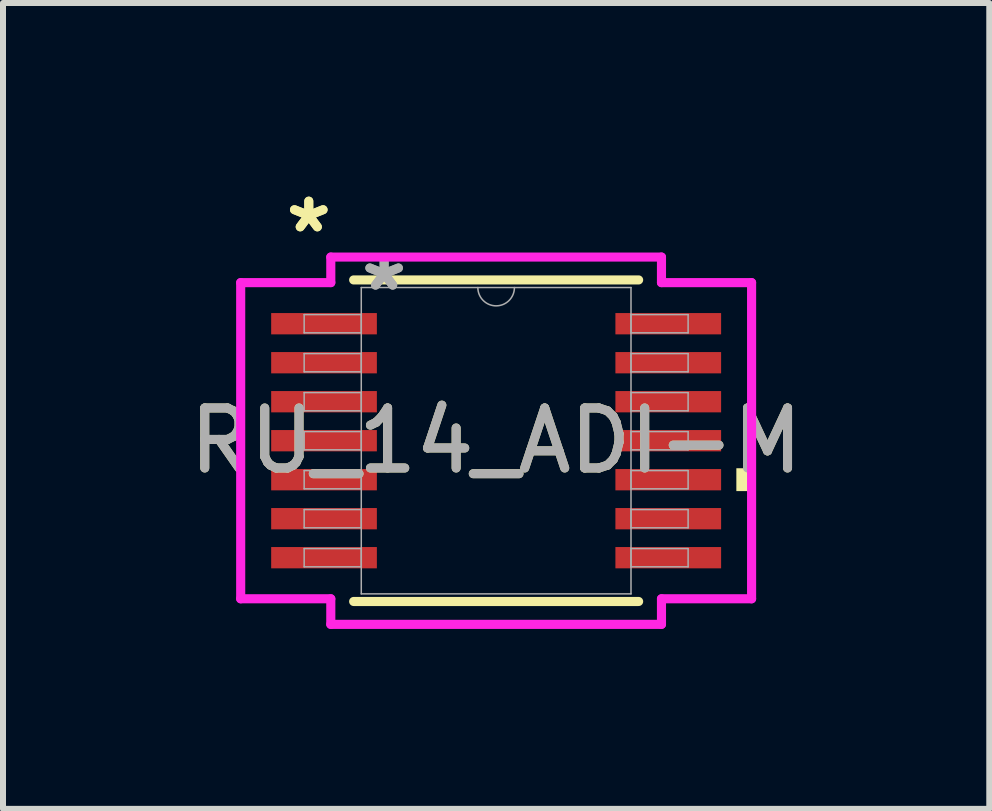
<source format=kicad_pcb>
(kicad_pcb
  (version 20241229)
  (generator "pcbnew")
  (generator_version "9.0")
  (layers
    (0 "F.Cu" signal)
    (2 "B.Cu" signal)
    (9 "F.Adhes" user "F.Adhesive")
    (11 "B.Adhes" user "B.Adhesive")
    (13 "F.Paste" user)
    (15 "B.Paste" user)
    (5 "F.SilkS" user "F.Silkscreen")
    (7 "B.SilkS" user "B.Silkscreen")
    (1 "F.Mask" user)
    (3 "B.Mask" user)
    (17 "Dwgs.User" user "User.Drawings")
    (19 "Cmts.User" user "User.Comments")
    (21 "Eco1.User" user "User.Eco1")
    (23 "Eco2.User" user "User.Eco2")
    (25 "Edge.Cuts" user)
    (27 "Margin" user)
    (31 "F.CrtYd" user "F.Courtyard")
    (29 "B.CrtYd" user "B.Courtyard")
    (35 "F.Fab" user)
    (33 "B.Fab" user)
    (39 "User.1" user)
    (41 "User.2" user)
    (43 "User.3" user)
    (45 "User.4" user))
  (footprint "RU_14_ADI-M"
    (layer "F.Cu")
    (at 5.22 4.296)
    (property "Reference" "RU_14_ADI-M" (at 0 0 0) (unlocked yes) (layer "F.SilkS") (effects (font (size 1 1) (thickness 0.15))))
    (attr smd)
    (fp_line (start -2.375 2.68) (end 2.375 2.68) (stroke (width 0.152) (type solid)) (layer "F.SilkS"))
    (fp_line (start 2.375 -2.68) (end -2.375 -2.68) (stroke (width 0.152) (type solid)) (layer "F.SilkS"))
    (fp_poly (pts (xy 4.258 0.459) (xy 4.258 0.84) (xy 4.004 0.84) (xy 4.004 0.459)) (stroke (width 0) (type solid)) (fill yes) (layer "F.SilkS"))
    (fp_line (start -4.258 -2.635) (end -2.756 -2.635) (stroke (width 0.152) (type solid)) (layer "F.CrtYd"))
    (fp_line (start -4.258 2.635) (end -4.258 -2.635) (stroke (width 0.152) (type solid)) (layer "F.CrtYd"))
    (fp_line (start -4.258 2.635) (end -2.756 2.635) (stroke (width 0.152) (type solid)) (layer "F.CrtYd"))
    (fp_line (start -2.756 -3.061) (end 2.756 -3.061) (stroke (width 0.152) (type solid)) (layer "F.CrtYd"))
    (fp_line (start -2.756 -2.635) (end -2.756 -3.061) (stroke (width 0.152) (type solid)) (layer "F.CrtYd"))
    (fp_line (start -2.756 3.061) (end -2.756 2.635) (stroke (width 0.152) (type solid)) (layer "F.CrtYd"))
    (fp_line (start 2.756 -3.061) (end 2.756 -2.635) (stroke (width 0.152) (type solid)) (layer "F.CrtYd"))
    (fp_line (start 2.756 2.635) (end 2.756 3.061) (stroke (width 0.152) (type solid)) (layer "F.CrtYd"))
    (fp_line (start 2.756 3.061) (end -2.756 3.061) (stroke (width 0.152) (type solid)) (layer "F.CrtYd"))
    (fp_line (start 4.258 -2.635) (end 2.756 -2.635) (stroke (width 0.152) (type solid)) (layer "F.CrtYd"))
    (fp_line (start 4.258 -2.635) (end 4.258 2.635) (stroke (width 0.152) (type solid)) (layer "F.CrtYd"))
    (fp_line (start 4.258 2.635) (end 2.756 2.635) (stroke (width 0.152) (type solid)) (layer "F.CrtYd"))
    (fp_line (start -3.2 -2.102) (end -3.2 -1.798) (stroke (width 0.025) (type solid)) (layer "F.Fab"))
    (fp_line (start -3.2 -1.798) (end -2.248 -1.798) (stroke (width 0.025) (type solid)) (layer "F.Fab"))
    (fp_line (start -3.2 -1.452) (end -3.2 -1.148) (stroke (width 0.025) (type solid)) (layer "F.Fab"))
    (fp_line (start -3.2 -1.148) (end -2.248 -1.148) (stroke (width 0.025) (type solid)) (layer "F.Fab"))
    (fp_line (start -3.2 -0.802) (end -3.2 -0.498) (stroke (width 0.025) (type solid)) (layer "F.Fab"))
    (fp_line (start -3.2 -0.498) (end -2.248 -0.498) (stroke (width 0.025) (type solid)) (layer "F.Fab"))
    (fp_line (start -3.2 -0.152) (end -3.2 0.152) (stroke (width 0.025) (type solid)) (layer "F.Fab"))
    (fp_line (start -3.2 0.152) (end -2.248 0.152) (stroke (width 0.025) (type solid)) (layer "F.Fab"))
    (fp_line (start -3.2 0.498) (end -3.2 0.802) (stroke (width 0.025) (type solid)) (layer "F.Fab"))
    (fp_line (start -3.2 0.802) (end -2.248 0.802) (stroke (width 0.025) (type solid)) (layer "F.Fab"))
    (fp_line (start -3.2 1.148) (end -3.2 1.452) (stroke (width 0.025) (type solid)) (layer "F.Fab"))
    (fp_line (start -3.2 1.452) (end -2.248 1.452) (stroke (width 0.025) (type solid)) (layer "F.Fab"))
    (fp_line (start -3.2 1.798) (end -3.2 2.102) (stroke (width 0.025) (type solid)) (layer "F.Fab"))
    (fp_line (start -3.2 2.102) (end -2.248 2.102) (stroke (width 0.025) (type solid)) (layer "F.Fab"))
    (fp_line (start -2.248 -2.553) (end -2.248 2.553) (stroke (width 0.025) (type solid)) (layer "F.Fab"))
    (fp_line (start -2.248 -2.102) (end -3.2 -2.102) (stroke (width 0.025) (type solid)) (layer "F.Fab"))
    (fp_line (start -2.248 -1.798) (end -2.248 -2.102) (stroke (width 0.025) (type solid)) (layer "F.Fab"))
    (fp_line (start -2.248 -1.452) (end -3.2 -1.452) (stroke (width 0.025) (type solid)) (layer "F.Fab"))
    (fp_line (start -2.248 -1.148) (end -2.248 -1.452) (stroke (width 0.025) (type solid)) (layer "F.Fab"))
    (fp_line (start -2.248 -0.802) (end -3.2 -0.802) (stroke (width 0.025) (type solid)) (layer "F.Fab"))
    (fp_line (start -2.248 -0.498) (end -2.248 -0.802) (stroke (width 0.025) (type solid)) (layer "F.Fab"))
    (fp_line (start -2.248 -0.152) (end -3.2 -0.152) (stroke (width 0.025) (type solid)) (layer "F.Fab"))
    (fp_line (start -2.248 0.152) (end -2.248 -0.152) (stroke (width 0.025) (type solid)) (layer "F.Fab"))
    (fp_line (start -2.248 0.498) (end -3.2 0.498) (stroke (width 0.025) (type solid)) (layer "F.Fab"))
    (fp_line (start -2.248 0.802) (end -2.248 0.498) (stroke (width 0.025) (type solid)) (layer "F.Fab"))
    (fp_line (start -2.248 1.148) (end -3.2 1.148) (stroke (width 0.025) (type solid)) (layer "F.Fab"))
    (fp_line (start -2.248 1.452) (end -2.248 1.148) (stroke (width 0.025) (type solid)) (layer "F.Fab"))
    (fp_line (start -2.248 1.798) (end -3.2 1.798) (stroke (width 0.025) (type solid)) (layer "F.Fab"))
    (fp_line (start -2.248 2.102) (end -2.248 1.798) (stroke (width 0.025) (type solid)) (layer "F.Fab"))
    (fp_line (start -2.248 2.553) (end 2.248 2.553) (stroke (width 0.025) (type solid)) (layer "F.Fab"))
    (fp_line (start 2.248 -2.553) (end -2.248 -2.553) (stroke (width 0.025) (type solid)) (layer "F.Fab"))
    (fp_line (start 2.248 -2.102) (end 2.248 -1.798) (stroke (width 0.025) (type solid)) (layer "F.Fab"))
    (fp_line (start 2.248 -1.798) (end 3.2 -1.798) (stroke (width 0.025) (type solid)) (layer "F.Fab"))
    (fp_line (start 2.248 -1.452) (end 2.248 -1.148) (stroke (width 0.025) (type solid)) (layer "F.Fab"))
    (fp_line (start 2.248 -1.148) (end 3.2 -1.148) (stroke (width 0.025) (type solid)) (layer "F.Fab"))
    (fp_line (start 2.248 -0.802) (end 2.248 -0.498) (stroke (width 0.025) (type solid)) (layer "F.Fab"))
    (fp_line (start 2.248 -0.498) (end 3.2 -0.498) (stroke (width 0.025) (type solid)) (layer "F.Fab"))
    (fp_line (start 2.248 -0.152) (end 2.248 0.152) (stroke (width 0.025) (type solid)) (layer "F.Fab"))
    (fp_line (start 2.248 0.152) (end 3.2 0.152) (stroke (width 0.025) (type solid)) (layer "F.Fab"))
    (fp_line (start 2.248 0.498) (end 2.248 0.802) (stroke (width 0.025) (type solid)) (layer "F.Fab"))
    (fp_line (start 2.248 0.802) (end 3.2 0.802) (stroke (width 0.025) (type solid)) (layer "F.Fab"))
    (fp_line (start 2.248 1.148) (end 2.248 1.452) (stroke (width 0.025) (type solid)) (layer "F.Fab"))
    (fp_line (start 2.248 1.452) (end 3.2 1.452) (stroke (width 0.025) (type solid)) (layer "F.Fab"))
    (fp_line (start 2.248 1.798) (end 2.248 2.102) (stroke (width 0.025) (type solid)) (layer "F.Fab"))
    (fp_line (start 2.248 2.102) (end 3.2 2.102) (stroke (width 0.025) (type solid)) (layer "F.Fab"))
    (fp_line (start 2.248 2.553) (end 2.248 -2.553) (stroke (width 0.025) (type solid)) (layer "F.Fab"))
    (fp_line (start 3.2 -2.102) (end 2.248 -2.102) (stroke (width 0.025) (type solid)) (layer "F.Fab"))
    (fp_line (start 3.2 -1.798) (end 3.2 -2.102) (stroke (width 0.025) (type solid)) (layer "F.Fab"))
    (fp_line (start 3.2 -1.452) (end 2.248 -1.452) (stroke (width 0.025) (type solid)) (layer "F.Fab"))
    (fp_line (start 3.2 -1.148) (end 3.2 -1.452) (stroke (width 0.025) (type solid)) (layer "F.Fab"))
    (fp_line (start 3.2 -0.802) (end 2.248 -0.802) (stroke (width 0.025) (type solid)) (layer "F.Fab"))
    (fp_line (start 3.2 -0.498) (end 3.2 -0.802) (stroke (width 0.025) (type solid)) (layer "F.Fab"))
    (fp_line (start 3.2 -0.152) (end 2.248 -0.152) (stroke (width 0.025) (type solid)) (layer "F.Fab"))
    (fp_line (start 3.2 0.152) (end 3.2 -0.152) (stroke (width 0.025) (type solid)) (layer "F.Fab"))
    (fp_line (start 3.2 0.498) (end 2.248 0.498) (stroke (width 0.025) (type solid)) (layer "F.Fab"))
    (fp_line (start 3.2 0.802) (end 3.2 0.498) (stroke (width 0.025) (type solid)) (layer "F.Fab"))
    (fp_line (start 3.2 1.148) (end 2.248 1.148) (stroke (width 0.025) (type solid)) (layer "F.Fab"))
    (fp_line (start 3.2 1.452) (end 3.2 1.148) (stroke (width 0.025) (type solid)) (layer "F.Fab"))
    (fp_line (start 3.2 1.798) (end 2.248 1.798) (stroke (width 0.025) (type solid)) (layer "F.Fab"))
    (fp_line (start 3.2 2.102) (end 3.2 1.798) (stroke (width 0.025) (type solid)) (layer "F.Fab"))
    (fp_arc (start 0.3048 -2.5527) (mid 0 -2.2479) (end -0.3048 -2.5527) (stroke (width 0.0254) (type solid)) (layer "F.Fab"))
    (fp_text user "*" (at -3.123 -3.448 0) (unlocked yes) (layer "F.SilkS") (effects (font (size 1 1) (thickness 0.15))))
    (fp_text user "*" (at -3.123 -3.448 0) (layer "F.SilkS") (effects (font (size 1 1) (thickness 0.15))))
    (fp_text user "*" (at -1.867 -2.477 0) (unlocked yes) (layer "F.Fab") (effects (font (size 1 1) (thickness 0.15))))
    (fp_text user "${REFERENCE}" (at 0 0 0) (unlocked yes) (layer "F.Fab") (effects (font (size 1 1) (thickness 0.15))))
    (fp_text user "*" (at -1.867 -2.477 0) (layer "F.Fab") (effects (font (size 1 1) (thickness 0.15))))
    (pad "1" smd rect (at -2.869 -1.95) (size 1.762 0.355) (layers "F.Cu" "F.Mask" "F.Paste"))
    (pad "2" smd rect (at -2.869 -1.3) (size 1.762 0.355) (layers "F.Cu" "F.Mask" "F.Paste"))
    (pad "3" smd rect (at -2.869 -0.65) (size 1.762 0.355) (layers "F.Cu" "F.Mask" "F.Paste"))
    (pad "4" smd rect (at -2.869 0) (size 1.762 0.355) (layers "F.Cu" "F.Mask" "F.Paste"))
    (pad "5" smd rect (at -2.869 0.65) (size 1.762 0.355) (layers "F.Cu" "F.Mask" "F.Paste"))
    (pad "6" smd rect (at -2.869 1.3) (size 1.762 0.355) (layers "F.Cu" "F.Mask" "F.Paste"))
    (pad "7" smd rect (at -2.869 1.95) (size 1.762 0.355) (layers "F.Cu" "F.Mask" "F.Paste"))
    (pad "8" smd rect (at 2.869 1.95) (size 1.762 0.355) (layers "F.Cu" "F.Mask" "F.Paste"))
    (pad "9" smd rect (at 2.869 1.3) (size 1.762 0.355) (layers "F.Cu" "F.Mask" "F.Paste"))
    (pad "10" smd rect (at 2.869 0.65) (size 1.762 0.355) (layers "F.Cu" "F.Mask" "F.Paste"))
    (pad "11" smd rect (at 2.869 0) (size 1.762 0.355) (layers "F.Cu" "F.Mask" "F.Paste"))
    (pad "12" smd rect (at 2.869 -0.65) (size 1.762 0.355) (layers "F.Cu" "F.Mask" "F.Paste"))
    (pad "13" smd rect (at 2.869 -1.3) (size 1.762 0.355) (layers "F.Cu" "F.Mask" "F.Paste"))
    (pad "14" smd rect (at 2.869 -1.95) (size 1.762 0.355) (layers "F.Cu" "F.Mask" "F.Paste")))
  (gr_rect
    (start -3 -3)
    (end 13.44 10.433)
    (stroke (width 0.1) (type default))
    (fill no)
    (layer "Edge.Cuts")))
</source>
